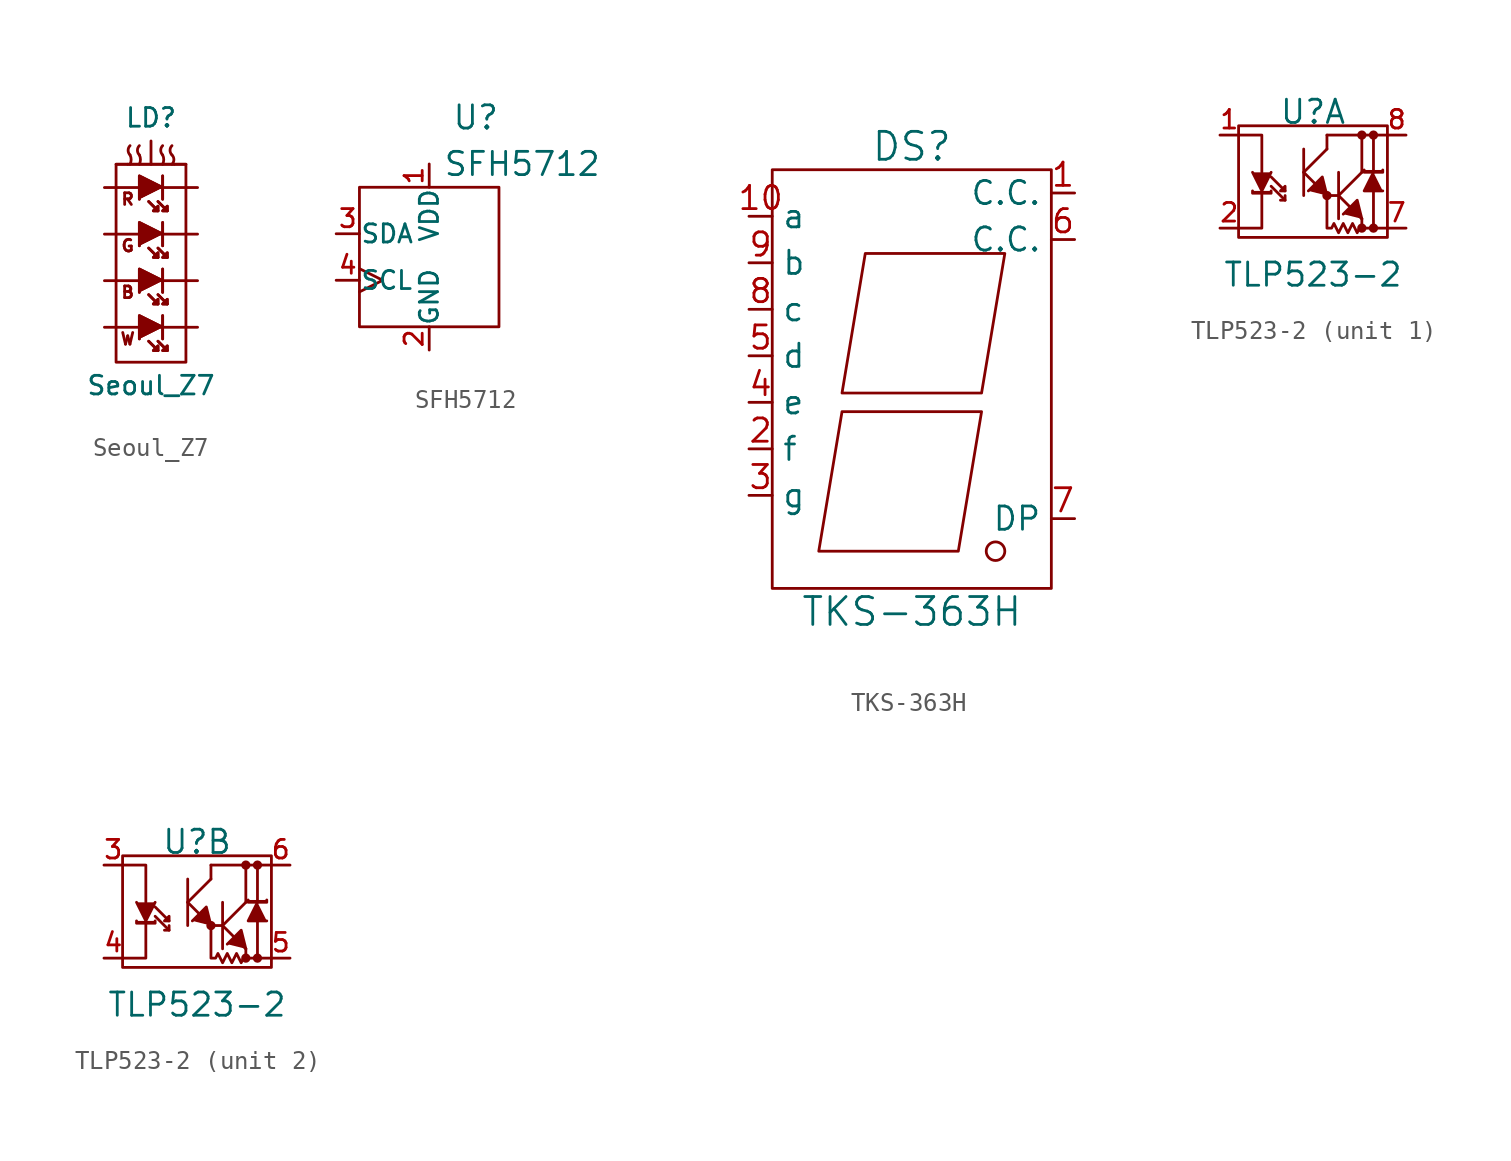
<source format=kicad_sym>
(kicad_symbol_lib
  (version 20220914)
  (generator kicad_symbol_editor)
  (symbol "Seoul_Z7"
    (pin_numbers hide)
    (pin_names
      (offset 1.016) hide)
    (property "Reference" "LD"
      (at 0 7.62 0)
      (effects (font (size 1.016 1.016))))
    (property "Value" "Seoul_Z7"
      (at 0 -6.985 0)
      (effects (font (size 1.016 1.016))))
    (property "Footprint" ""
      (at 0 0 0)
      (effects (font (size 1.524 1.524))))
    (property "Datasheet" ""
      (at 0 0 0)
      (effects (font (size 1.524 1.524))))
    (symbol "Seoul_Z7_0_0"
      (rectangle (start -1.905 5.08) (end 1.905 -5.715) (stroke (width 0) (type solid)) (fill (type none)))
      (text "B" (at -1.27 -1.905 0) (effects (font (size 0.635 0.635))))
      (text "G" (at -1.27 0.635 0) (effects (font (size 0.635 0.635))))
      (text "R" (at -1.27 3.175 0) (effects (font (size 0.635 0.635))))
      (text "W" (at -1.27 -4.445 0) (effects (font (size 0.635 0.635)))))
    (symbol "Seoul_Z7_0_1"
      (rectangle (start -1.27 5.08) (end -1.905 5.08) (stroke (width 0) (type solid)) (fill (type none)))
      (arc (start -1.143 5.08) (mid -1.083 5.334) (end -1.143 5.588) (stroke (width 0) (type solid)) (fill (type none)))
      (arc (start -1.143 6.096) (mid -1.2482 5.842) (end -1.143 5.588) (stroke (width 0) (type solid)) (fill (type none)))
      (arc (start -0.635 5.08) (mid -0.575 5.334) (end -0.635 5.588) (stroke (width 0) (type solid)) (fill (type none)))
      (arc (start -0.635 6.096) (mid -0.7402 5.842) (end -0.635 5.588) (stroke (width 0) (type solid)) (fill (type none)))
      (polyline (pts (xy -1.27 5.08) (xy 1.27 5.08) (xy 1.27 5.08)) (stroke (width 0) (type solid)) (fill (type none)))
      (polyline (pts (xy -0.127 -4.572) (xy 0.381 -5.08) (xy 0.381 -5.08)) (stroke (width 0) (type solid)) (fill (type none)))
      (polyline (pts (xy -0.127 -4.572) (xy 0.381 -5.08) (xy 0.381 -5.08)) (stroke (width 0) (type solid)) (fill (type none)))
      (polyline (pts (xy -0.127 -2.032) (xy 0.381 -2.54) (xy 0.381 -2.54)) (stroke (width 0) (type solid)) (fill (type none)))
      (polyline (pts (xy -0.127 -2.032) (xy 0.381 -2.54) (xy 0.381 -2.54)) (stroke (width 0) (type solid)) (fill (type none)))
      (polyline (pts (xy -0.127 0.508) (xy 0.381 0) (xy 0.381 0)) (stroke (width 0) (type solid)) (fill (type none)))
      (polyline (pts (xy -0.127 0.508) (xy 0.381 0) (xy 0.381 0)) (stroke (width 0) (type solid)) (fill (type none)))
      (polyline (pts (xy -0.127 3.048) (xy 0.381 2.54) (xy 0.381 2.54)) (stroke (width 0) (type solid)) (fill (type none)))
      (polyline (pts (xy -0.127 3.048) (xy 0.381 2.54) (xy 0.381 2.54)) (stroke (width 0) (type solid)) (fill (type none)))
      (polyline (pts (xy 0.381 -4.572) (xy 0.889 -5.08) (xy 0.889 -5.08)) (stroke (width 0) (type solid)) (fill (type none)))
      (polyline (pts (xy 0.381 -4.572) (xy 0.889 -5.08) (xy 0.889 -5.08)) (stroke (width 0) (type solid)) (fill (type none)))
      (polyline (pts (xy 0.381 -2.032) (xy 0.889 -2.54) (xy 0.889 -2.54)) (stroke (width 0) (type solid)) (fill (type none)))
      (polyline (pts (xy 0.381 -2.032) (xy 0.889 -2.54) (xy 0.889 -2.54)) (stroke (width 0) (type solid)) (fill (type none)))
      (polyline (pts (xy 0.381 0.508) (xy 0.889 0) (xy 0.889 0)) (stroke (width 0) (type solid)) (fill (type none)))
      (polyline (pts (xy 0.381 0.508) (xy 0.889 0) (xy 0.889 0)) (stroke (width 0) (type solid)) (fill (type none)))
      (polyline (pts (xy 0.381 3.048) (xy 0.889 2.54) (xy 0.889 2.54)) (stroke (width 0) (type solid)) (fill (type none)))
      (polyline (pts (xy 0.381 3.048) (xy 0.889 2.54) (xy 0.889 2.54)) (stroke (width 0) (type solid)) (fill (type none)))
      (polyline (pts (xy 0.635 -4.445) (xy 0.635 -3.175) (xy 0.635 -3.175)) (stroke (width 0) (type solid)) (fill (type none)))
      (polyline (pts (xy 0.635 -4.445) (xy 0.635 -3.175) (xy 0.635 -3.175)) (stroke (width 0) (type solid)) (fill (type none)))
      (polyline (pts (xy 0.635 -1.905) (xy 0.635 -0.635) (xy 0.635 -0.635)) (stroke (width 0) (type solid)) (fill (type none)))
      (polyline (pts (xy 0.635 -1.905) (xy 0.635 -0.635) (xy 0.635 -0.635)) (stroke (width 0) (type solid)) (fill (type none)))
      (polyline (pts (xy 0.635 0.635) (xy 0.635 1.905) (xy 0.635 1.905)) (stroke (width 0) (type solid)) (fill (type none)))
      (polyline (pts (xy 0.635 0.635) (xy 0.635 1.905) (xy 0.635 1.905)) (stroke (width 0) (type solid)) (fill (type none)))
      (polyline (pts (xy 0.635 3.175) (xy 0.635 4.445) (xy 0.635 4.445)) (stroke (width 0) (type solid)) (fill (type none)))
      (polyline (pts (xy 0.635 3.175) (xy 0.635 4.445) (xy 0.635 4.445)) (stroke (width 0) (type solid)) (fill (type none)))
      (polyline (pts (xy 0.635 -3.81) (xy -0.635 -3.175) (xy -0.635 -4.445) (xy -0.635 -4.445)) (stroke (width 0) (type solid)) (fill (type outline)))
      (polyline (pts (xy 0.635 -3.81) (xy -0.635 -3.175) (xy -0.635 -4.445) (xy -0.635 -4.445)) (stroke (width 0) (type solid)) (fill (type outline)))
      (polyline (pts (xy 0.635 -1.27) (xy -0.635 -0.635) (xy -0.635 -1.905) (xy -0.635 -1.905)) (stroke (width 0) (type solid)) (fill (type outline)))
      (polyline (pts (xy 0.635 -1.27) (xy -0.635 -0.635) (xy -0.635 -1.905) (xy -0.635 -1.905)) (stroke (width 0) (type solid)) (fill (type outline)))
      (polyline (pts (xy 0.635 1.27) (xy -0.635 1.905) (xy -0.635 0.635) (xy -0.635 0.635)) (stroke (width 0) (type solid)) (fill (type outline)))
      (polyline (pts (xy 0.635 1.27) (xy -0.635 1.905) (xy -0.635 0.635) (xy -0.635 0.635)) (stroke (width 0) (type solid)) (fill (type outline)))
      (polyline (pts (xy 0.635 3.81) (xy -0.635 4.445) (xy -0.635 3.175) (xy -0.635 3.175)) (stroke (width 0) (type solid)) (fill (type outline)))
      (polyline (pts (xy 0.635 3.81) (xy -0.635 4.445) (xy -0.635 3.175) (xy -0.635 3.175)) (stroke (width 0) (type solid)) (fill (type outline)))
      (polyline (pts (xy 0.889 -5.08) (xy 0.635 -5.08) (xy 0.889 -4.826) (xy 0.889 -5.08) (xy 0.889 -5.08)) (stroke (width 0) (type solid)) (fill (type outline)))
      (polyline (pts (xy 0.889 -5.08) (xy 0.635 -5.08) (xy 0.889 -4.826) (xy 0.889 -5.08) (xy 0.889 -5.08)) (stroke (width 0) (type solid)) (fill (type outline)))
      (polyline (pts (xy 0.889 -2.54) (xy 0.635 -2.54) (xy 0.889 -2.286) (xy 0.889 -2.54) (xy 0.889 -2.54)) (stroke (width 0) (type solid)) (fill (type outline)))
      (polyline (pts (xy 0.889 -2.54) (xy 0.635 -2.54) (xy 0.889 -2.286) (xy 0.889 -2.54) (xy 0.889 -2.54)) (stroke (width 0) (type solid)) (fill (type outline)))
      (polyline (pts (xy 0.889 0) (xy 0.635 0) (xy 0.889 0.254) (xy 0.889 0) (xy 0.889 0)) (stroke (width 0) (type solid)) (fill (type outline)))
      (polyline (pts (xy 0.889 0) (xy 0.635 0) (xy 0.889 0.254) (xy 0.889 0) (xy 0.889 0)) (stroke (width 0) (type solid)) (fill (type outline)))
      (polyline (pts (xy 0.889 2.54) (xy 0.635 2.54) (xy 0.889 2.794) (xy 0.889 2.54) (xy 0.889 2.54)) (stroke (width 0) (type solid)) (fill (type outline)))
      (polyline (pts (xy 0.889 2.54) (xy 0.635 2.54) (xy 0.889 2.794) (xy 0.889 2.54) (xy 0.889 2.54)) (stroke (width 0) (type solid)) (fill (type outline)))
      (polyline (pts (xy 0.381 -5.08) (xy 0.127 -5.08) (xy 0.381 -4.826) (xy 0.381 -5.08) (xy 0.381 -5.08) (xy 0.381 -5.08)) (stroke (width 0) (type solid)) (fill (type outline)))
      (polyline (pts (xy 0.381 -5.08) (xy 0.127 -5.08) (xy 0.381 -4.826) (xy 0.381 -5.08) (xy 0.381 -5.08) (xy 0.381 -5.08)) (stroke (width 0) (type solid)) (fill (type outline)))
      (polyline (pts (xy 0.381 -2.54) (xy 0.127 -2.54) (xy 0.381 -2.286) (xy 0.381 -2.54) (xy 0.381 -2.54) (xy 0.381 -2.54)) (stroke (width 0) (type solid)) (fill (type outline)))
      (polyline (pts (xy 0.381 -2.54) (xy 0.127 -2.54) (xy 0.381 -2.286) (xy 0.381 -2.54) (xy 0.381 -2.54) (xy 0.381 -2.54)) (stroke (width 0) (type solid)) (fill (type outline)))
      (polyline (pts (xy 0.381 0) (xy 0.127 0) (xy 0.381 0.254) (xy 0.381 0) (xy 0.381 0) (xy 0.381 0)) (stroke (width 0) (type solid)) (fill (type outline)))
      (polyline (pts (xy 0.381 0) (xy 0.127 0) (xy 0.381 0.254) (xy 0.381 0) (xy 0.381 0) (xy 0.381 0)) (stroke (width 0) (type solid)) (fill (type outline)))
      (polyline (pts (xy 0.381 2.54) (xy 0.127 2.54) (xy 0.381 2.794) (xy 0.381 2.54) (xy 0.381 2.54) (xy 0.381 2.54)) (stroke (width 0) (type solid)) (fill (type outline)))
      (polyline (pts (xy 0.381 2.54) (xy 0.127 2.54) (xy 0.381 2.794) (xy 0.381 2.54) (xy 0.381 2.54) (xy 0.381 2.54)) (stroke (width 0) (type solid)) (fill (type outline)))
      (arc (start 0.635 5.08) (mid 0.695 5.334) (end 0.635 5.588) (stroke (width 0) (type solid)) (fill (type none)))
      (arc (start 0.635 6.096) (mid 0.5298 5.842) (end 0.635 5.588) (stroke (width 0) (type solid)) (fill (type none)))
      (arc (start 1.143 5.08) (mid 1.2482 5.334) (end 1.143 5.588) (stroke (width 0) (type solid)) (fill (type none)))
      (arc (start 1.143 6.096) (mid 1.0378 5.842) (end 1.143 5.588) (stroke (width 0) (type solid)) (fill (type none)))
      (rectangle (start 1.905 5.08) (end 1.27 5.08) (stroke (width 0) (type solid)) (fill (type none))))
    (symbol "Seoul_Z7_1_1"
      (pin passive line (at 2.54 3.81 180) (length 2.007) (name "KR" (effects (font (size 1.016 1.016)))) (number "1" (effects (font (size 1.016 1.016)))))
      (pin passive line (at 2.54 -3.81 180) (length 2.007) (name "KW" (effects (font (size 1.016 1.016)))) (number "2" (effects (font (size 1.016 1.016)))))
      (pin passive line (at 2.54 1.27 180) (length 2.007) (name "KG" (effects (font (size 1.016 1.016)))) (number "3" (effects (font (size 1.016 1.016)))))
      (pin passive line (at 2.54 -1.27 180) (length 2.007) (name "KB" (effects (font (size 1.016 1.016)))) (number "4" (effects (font (size 1.016 1.016)))))
      (pin passive line (at -2.54 -1.27 0) (length 2.007) (name "AB" (effects (font (size 1.016 1.016)))) (number "5" (effects (font (size 1.016 1.016)))))
      (pin passive line (at -2.54 1.27 0) (length 2.007) (name "AG" (effects (font (size 1.016 1.016)))) (number "6" (effects (font (size 1.016 1.016)))))
      (pin passive line (at -2.54 -3.81 0) (length 2.007) (name "AW" (effects (font (size 1.016 1.016)))) (number "7" (effects (font (size 1.016 1.016)))))
      (pin passive line (at -2.54 3.81 0) (length 2.007) (name "AR" (effects (font (size 1.016 1.016)))) (number "8" (effects (font (size 1.016 1.016)))))
      (pin input line (at 0 6.35 270) (length 1.27) (name "Thermal" (effects (font (size 1.016 1.016)))) (number "9" (effects (font (size 1.016 1.016)))))))
  (symbol "SFH5712"
    (pin_names
      (offset 0.025))
    (property "Reference" "U"
      (at 2.54 7.62 0)
      (effects (font (size 1.27 1.27))))
    (property "Value" "SFH5712"
      (at 5.08 5.08 0)
      (effects (font (size 1.27 1.27))))
    (property "Footprint" ""
      (at 0 0 0)
      (effects (font (size 1.524 1.524))))
    (property "Datasheet" ""
      (at 0 0 0)
      (effects (font (size 1.524 1.524))))
    (symbol "SFH5712_0_1"
      (rectangle (start -3.81 3.81) (end 3.81 -3.81) (stroke (width 0) (type solid)) (fill (type none))))
    (symbol "SFH5712_1_1"
      (pin passive line (at 0 5.08 270) (length 1.27) (name "VDD" (effects (font (size 0.991 0.991)))) (number "1" (effects (font (size 0.991 0.991)))))
      (pin passive line (at 0 -5.08 90) (length 1.27) (name "GND" (effects (font (size 0.991 0.991)))) (number "2" (effects (font (size 0.991 0.991)))))
      (pin passive line (at -5.08 1.27 0) (length 1.27) (name "SDA" (effects (font (size 0.991 0.991)))) (number "3" (effects (font (size 0.991 0.991)))))
      (pin passive clock (at -5.08 -1.27 0) (length 1.27) (name "SCL" (effects (font (size 0.991 0.991)))) (number "4" (effects (font (size 0.991 0.991)))))))
  (symbol "TKS-363H"
    (property "Reference" "DS"
      (at 0 13.97 0)
      (effects (font (size 1.524 1.524))))
    (property "Value" "TKS-363H"
      (at 0 -11.43 0)
      (effects (font (size 1.524 1.524))))
    (property "Footprint" ""
      (at 0 0 0)
      (effects (font (size 1.524 1.524))))
    (property "Datasheet" ""
      (at 0 0 0)
      (effects (font (size 1.524 1.524))))
    (symbol "TKS-363H_0_1"
      (rectangle (start -7.62 12.7) (end 7.62 -10.16) (stroke (width 0) (type solid)) (fill (type none)))
      (polyline (pts (xy -3.81 -0.508) (xy 3.81 -0.508) (xy 2.54 -8.128) (xy -5.08 -8.128) (xy -3.81 -0.508) (xy -3.81 -0.508)) (stroke (width 0) (type solid)) (fill (type none)))
      (polyline (pts (xy -2.54 8.128) (xy 5.08 8.128) (xy 3.81 0.508) (xy -3.81 0.508) (xy -2.54 8.128) (xy -2.54 8.128)) (stroke (width 0) (type solid)) (fill (type none)))
      (circle (center 4.572 -8.128) (radius 0.508) (stroke (width 0) (type solid)) (fill (type none))))
    (symbol "TKS-363H_1_1"
      (pin input line (at 8.89 11.43 180) (length 1.27) (name "C.C." (effects (font (size 1.27 1.27)))) (number "1" (effects (font (size 1.27 1.27)))))
      (pin input line (at -8.89 10.16 0) (length 1.27) (name "a" (effects (font (size 1.27 1.27)))) (number "10" (effects (font (size 1.27 1.27)))))
      (pin input line (at -8.89 -2.54 0) (length 1.27) (name "f" (effects (font (size 1.27 1.27)))) (number "2" (effects (font (size 1.27 1.27)))))
      (pin input line (at -8.89 -5.08 0) (length 1.27) (name "g" (effects (font (size 1.27 1.27)))) (number "3" (effects (font (size 1.27 1.27)))))
      (pin input line (at -8.89 0 0) (length 1.27) (name "e" (effects (font (size 1.27 1.27)))) (number "4" (effects (font (size 1.27 1.27)))))
      (pin input line (at -8.89 2.54 0) (length 1.27) (name "d" (effects (font (size 1.27 1.27)))) (number "5" (effects (font (size 1.27 1.27)))))
      (pin input line (at 8.89 8.89 180) (length 1.27) (name "C.C." (effects (font (size 1.27 1.27)))) (number "6" (effects (font (size 1.27 1.27)))))
      (pin input line (at 8.89 -6.35 180) (length 1.27) (name "DP" (effects (font (size 1.27 1.27)))) (number "7" (effects (font (size 1.27 1.27)))))
      (pin input line (at -8.89 5.08 0) (length 1.27) (name "c" (effects (font (size 1.27 1.27)))) (number "8" (effects (font (size 1.27 1.27)))))
      (pin input line (at -8.89 7.62 0) (length 1.27) (name "b" (effects (font (size 1.27 1.27)))) (number "9" (effects (font (size 1.27 1.27)))))))
  (symbol "TLP523-2"
    (pin_names
      (offset 0) hide)
    (property "Reference" "U"
      (at 0 3.81 0)
      (effects (font (size 1.27 1.27))))
    (property "Value" "TLP523-2"
      (at 0 -5.08 0)
      (effects (font (size 1.27 1.27))))
    (property "Footprint" ""
      (at 0 0 0)
      (effects (font (size 1.524 1.524))))
    (property "Datasheet" ""
      (at 0 0 0)
      (effects (font (size 1.524 1.524))))
    (symbol "TLP523-2_0_1"
      (rectangle (start -4.064 3.048) (end 4.064 -3.048) (stroke (width 0) (type solid)) (fill (type none)))
      (polyline (pts (xy -1.524 -0.508) (xy -2.286 0.254) (xy -2.286 0.254)) (stroke (width 0) (type solid)) (fill (type none)))
      (polyline (pts (xy -0.508 0.508) (xy 0.762 -0.762) (xy 0.762 -0.762)) (stroke (width 0) (type solid)) (fill (type outline)))
      (polyline (pts (xy -0.508 0.508) (xy 0.762 1.778) (xy 0.762 1.778)) (stroke (width 0) (type solid)) (fill (type outline)))
      (polyline (pts (xy -0.508 1.778) (xy -0.508 -0.762) (xy -0.508 -0.762)) (stroke (width 0) (type solid)) (fill (type outline)))
      (polyline (pts (xy 0.762 -0.762) (xy 1.397 -0.762) (xy 1.397 -0.762)) (stroke (width 0) (type solid)) (fill (type none)))
      (polyline (pts (xy 0.762 1.778) (xy 0.762 2.54) (xy 0.762 2.54)) (stroke (width 0) (type solid)) (fill (type none)))
      (polyline (pts (xy 1.397 -0.762) (xy 2.667 -2.032) (xy 2.667 -2.032)) (stroke (width 0) (type solid)) (fill (type outline)))
      (polyline (pts (xy 1.397 -0.762) (xy 2.667 0.508) (xy 2.667 0.508)) (stroke (width 0) (type solid)) (fill (type outline)))
      (polyline (pts (xy 1.397 0.508) (xy 1.397 -2.032) (xy 1.397 -2.032)) (stroke (width 0) (type solid)) (fill (type outline)))
      (polyline (pts (xy 2.667 0.508) (xy 2.667 2.54) (xy 2.667 2.54)) (stroke (width 0) (type solid)) (fill (type none)))
      (polyline (pts (xy 3.302 -0.508) (xy 3.302 -2.54) (xy 3.302 -2.54)) (stroke (width 0) (type solid)) (fill (type outline)))
      (polyline (pts (xy 3.302 2.54) (xy 0.762 2.54) (xy 0.762 2.54)) (stroke (width 0) (type solid)) (fill (type none)))
      (polyline (pts (xy 3.302 2.54) (xy 3.302 0.635) (xy 3.302 0.635)) (stroke (width 0) (type solid)) (fill (type none)))
      (polyline (pts (xy 3.302 2.54) (xy 4.064 2.54) (xy 4.064 2.54)) (stroke (width 0) (type solid)) (fill (type none)))
      (polyline (pts (xy 4.064 -2.54) (xy 2.667 -2.54) (xy 2.667 -2.54)) (stroke (width 0) (type solid)) (fill (type outline)))
      (polyline (pts (xy -4.064 2.54) (xy -2.794 2.54) (xy -2.794 0.508) (xy -2.794 0.508)) (stroke (width 0) (type solid)) (fill (type none)))
      (polyline (pts (xy -2.794 -0.635) (xy -2.794 -2.54) (xy -4.064 -2.54) (xy -4.064 -2.54)) (stroke (width 0) (type solid)) (fill (type none)))
      (polyline (pts (xy -2.286 0.508) (xy -2.794 -0.508) (xy -3.302 0.508) (xy -3.302 0.508)) (stroke (width 0) (type solid)) (fill (type outline)))
      (polyline (pts (xy -1.524 -1.016) (xy -2.286 -0.254) (xy -2.286 -0.254) (xy -2.286 -0.254)) (stroke (width 0) (type solid)) (fill (type none)))
      (polyline (pts (xy -1.524 -0.762) (xy -1.524 -1.016) (xy -1.778 -1.016) (xy -1.778 -1.016)) (stroke (width 0) (type solid)) (fill (type outline)))
      (polyline (pts (xy 0.762 -0.762) (xy 0.508 0.254) (xy -0.254 -0.508) (xy -0.254 -0.508)) (stroke (width 0) (type solid)) (fill (type outline)))
      (polyline (pts (xy 2.667 -2.032) (xy 2.413 -1.016) (xy 1.651 -1.778) (xy 1.651 -1.778)) (stroke (width 0) (type solid)) (fill (type outline)))
      (polyline (pts (xy 3.302 0.508) (xy 2.794 -0.508) (xy 3.81 -0.508) (xy 3.81 -0.508)) (stroke (width 0) (type solid)) (fill (type outline)))
      (polyline (pts (xy -3.302 -0.508) (xy -3.302 -0.635) (xy -2.286 -0.635) (xy -2.286 -0.508) (xy -2.286 -0.508)) (stroke (width 0) (type solid)) (fill (type outline)))
      (polyline (pts (xy -1.778 -0.508) (xy -1.524 -0.508) (xy -1.524 -0.254) (xy -1.778 -0.508) (xy -1.778 -0.508)) (stroke (width 0) (type solid)) (fill (type outline)))
      (polyline (pts (xy 3.81 0.635) (xy 3.81 0.508) (xy 2.794 0.508) (xy 2.794 0.635) (xy 2.794 0.635)) (stroke (width 0) (type solid)) (fill (type outline)))
      (polyline (pts (xy 0.762 -0.762) (xy 0.762 -2.54) (xy 1.016 -2.54) (xy 1.143 -2.286) (xy 1.397 -2.794) (xy 1.651 -2.286) (xy 1.905 -2.794) (xy 2.159 -2.286) (xy 2.413 -2.794) (xy 2.54 -2.54) (xy 2.667 -2.54) (xy 2.667 -2.032) (xy 2.667 -2.032)) (stroke (width 0) (type solid)) (fill (type none)))
      (circle (center 0.762 -0.762) (radius 0.178) (stroke (width 0) (type solid)) (fill (type outline)))
      (circle (center 2.667 -2.54) (radius 0.178) (stroke (width 0) (type solid)) (fill (type outline)))
      (circle (center 2.667 2.54) (radius 0.178) (stroke (width 0) (type solid)) (fill (type outline)))
      (circle (center 3.302 -2.54) (radius 0.178) (stroke (width 0) (type solid)) (fill (type outline)))
      (circle (center 3.302 2.54) (radius 0.178) (stroke (width 0) (type solid)) (fill (type outline))))
    (symbol "TLP523-2_1_1"
      (pin passive line (at -5.08 2.54 0) (length 1.016) (name "A" (effects (font (size 1.016 1.016)))) (number "1" (effects (font (size 1.016 1.016)))))
      (pin passive line (at -5.08 -2.54 0) (length 1.016) (name "K" (effects (font (size 1.016 1.016)))) (number "2" (effects (font (size 1.016 1.016)))))
      (pin passive line (at 5.08 -2.54 180) (length 1.016) (name "E" (effects (font (size 1.016 1.016)))) (number "7" (effects (font (size 1.016 1.016)))))
      (pin passive line (at 5.08 2.54 180) (length 1.016) (name "C" (effects (font (size 1.016 1.016)))) (number "8" (effects (font (size 1.016 1.016))))))
    (symbol "TLP523-2_2_1"
      (pin passive line (at -5.08 2.54 0) (length 1.016) (name "A" (effects (font (size 1.016 1.016)))) (number "3" (effects (font (size 1.016 1.016)))))
      (pin passive line (at -5.08 -2.54 0) (length 1.016) (name "K" (effects (font (size 1.016 1.016)))) (number "4" (effects (font (size 1.016 1.016)))))
      (pin passive line (at 5.08 -2.54 180) (length 1.016) (name "E" (effects (font (size 1.016 1.016)))) (number "5" (effects (font (size 1.016 1.016)))))
      (pin passive line (at 5.08 2.54 180) (length 1.016) (name "C" (effects (font (size 1.016 1.016)))) (number "6" (effects (font (size 1.016 1.016))))))))
</source>
